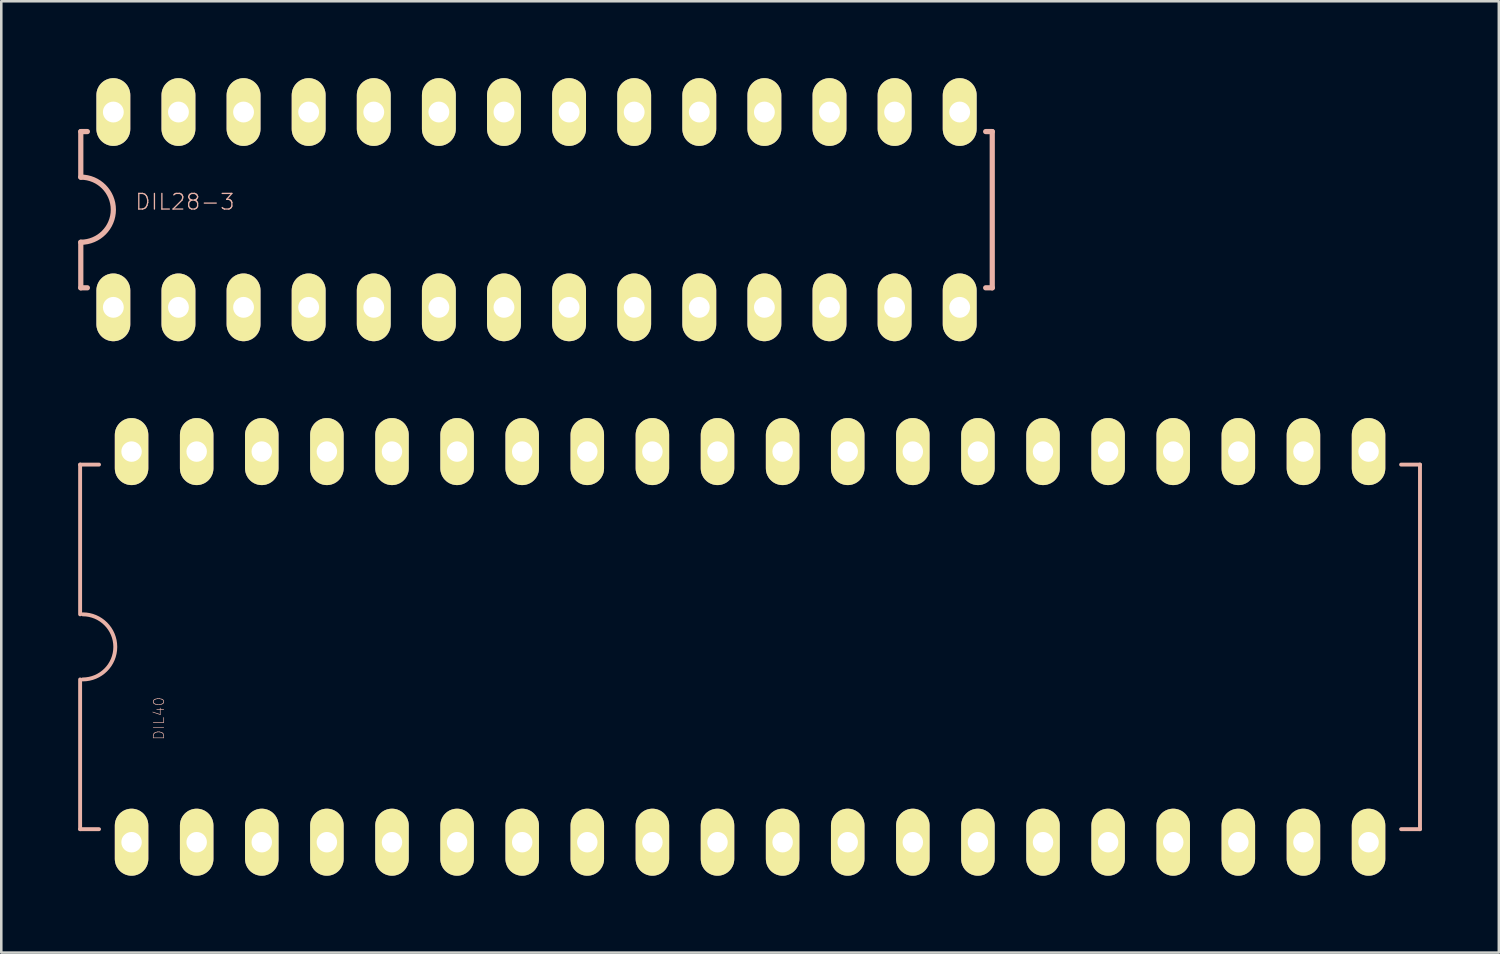
<source format=kicad_pcb>
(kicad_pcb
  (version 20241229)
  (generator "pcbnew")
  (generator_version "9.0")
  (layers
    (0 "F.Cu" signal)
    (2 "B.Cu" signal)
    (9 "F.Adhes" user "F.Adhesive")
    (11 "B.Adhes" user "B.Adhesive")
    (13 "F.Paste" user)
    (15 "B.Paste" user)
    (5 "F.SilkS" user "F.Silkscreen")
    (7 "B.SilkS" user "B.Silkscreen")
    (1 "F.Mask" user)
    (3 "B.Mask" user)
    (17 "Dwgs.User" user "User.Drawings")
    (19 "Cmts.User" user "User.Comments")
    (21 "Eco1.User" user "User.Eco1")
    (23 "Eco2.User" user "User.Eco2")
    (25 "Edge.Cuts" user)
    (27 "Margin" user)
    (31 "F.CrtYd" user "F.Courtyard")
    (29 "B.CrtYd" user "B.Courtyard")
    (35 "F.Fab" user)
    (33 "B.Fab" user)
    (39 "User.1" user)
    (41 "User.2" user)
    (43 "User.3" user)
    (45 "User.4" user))
  (footprint "DIL28-3"
    (layer "F.Cu")
    (at 17.882 5.131)
    (property "Reference" "DIL28-3" (at -13.716 -0.305 0) (layer "B.SilkS") (effects (font (size 0.61 0.61) (thickness 0.051))))
    (attr exclude_from_pos_files exclude_from_bom)
    (fp_line (start -17.78 -3.048) (end -17.78 -1.27) (stroke (width 0.203) (type solid)) (layer "B.SilkS"))
    (fp_line (start -17.78 -3.048) (end -17.523 -3.048) (stroke (width 0.203) (type solid)) (layer "B.SilkS"))
    (fp_line (start -17.78 1.27) (end -17.78 3.048) (stroke (width 0.203) (type solid)) (layer "B.SilkS"))
    (fp_line (start -17.78 3.048) (end -17.523 3.048) (stroke (width 0.203) (type solid)) (layer "B.SilkS"))
    (fp_line (start 17.78 -3.048) (end 17.523 -3.048) (stroke (width 0.203) (type solid)) (layer "B.SilkS"))
    (fp_line (start 17.78 3.048) (end 17.523 3.048) (stroke (width 0.203) (type solid)) (layer "B.SilkS"))
    (fp_line (start 17.78 3.048) (end 17.78 -3.048) (stroke (width 0.203) (type solid)) (layer "B.SilkS"))
    (fp_arc (start -17.78 -1.27) (mid -16.51 0) (end -17.78 1.27) (stroke (width 0.2032) (type solid)) (layer "B.SilkS"))
    (pad "1" thru_hole oval (at -16.51 3.81 180) (size 1.321 2.642) (drill 0.813) (layers "*.Cu" "F.Mask" "F.SilkS" "F.Paste"))
    (pad "2" thru_hole oval (at -13.97 3.81 180) (size 1.321 2.642) (drill 0.813) (layers "*.Cu" "F.Mask" "F.SilkS" "F.Paste"))
    (pad "3" thru_hole oval (at -11.43 3.81 180) (size 1.321 2.642) (drill 0.813) (layers "*.Cu" "F.Mask" "F.SilkS" "F.Paste"))
    (pad "4" thru_hole oval (at -8.89 3.81 180) (size 1.321 2.642) (drill 0.813) (layers "*.Cu" "F.Mask" "F.SilkS" "F.Paste"))
    (pad "5" thru_hole oval (at -6.35 3.81 180) (size 1.321 2.642) (drill 0.813) (layers "*.Cu" "F.Mask" "F.SilkS" "F.Paste"))
    (pad "6" thru_hole oval (at -3.81 3.81 180) (size 1.321 2.642) (drill 0.813) (layers "*.Cu" "F.Mask" "F.SilkS" "F.Paste"))
    (pad "7" thru_hole oval (at -1.27 3.81 180) (size 1.321 2.642) (drill 0.813) (layers "*.Cu" "F.Mask" "F.SilkS" "F.Paste"))
    (pad "8" thru_hole oval (at 1.27 3.81 180) (size 1.321 2.642) (drill 0.813) (layers "*.Cu" "F.Mask" "F.SilkS" "F.Paste"))
    (pad "9" thru_hole oval (at 3.81 3.81 180) (size 1.321 2.642) (drill 0.813) (layers "*.Cu" "F.Mask" "F.SilkS" "F.Paste"))
    (pad "10" thru_hole oval (at 6.35 3.81 180) (size 1.321 2.642) (drill 0.813) (layers "*.Cu" "F.Mask" "F.SilkS" "F.Paste"))
    (pad "11" thru_hole oval (at 8.89 3.81 180) (size 1.321 2.642) (drill 0.813) (layers "*.Cu" "F.Mask" "F.SilkS" "F.Paste"))
    (pad "12" thru_hole oval (at 11.43 3.81 180) (size 1.321 2.642) (drill 0.813) (layers "*.Cu" "F.Mask" "F.SilkS" "F.Paste"))
    (pad "13" thru_hole oval (at 13.97 3.81 180) (size 1.321 2.642) (drill 0.813) (layers "*.Cu" "F.Mask" "F.SilkS" "F.Paste"))
    (pad "14" thru_hole oval (at 16.51 3.81 180) (size 1.321 2.642) (drill 0.813) (layers "*.Cu" "F.Mask" "F.SilkS" "F.Paste"))
    (pad "15" thru_hole oval (at 16.51 -3.81 180) (size 1.321 2.642) (drill 0.813) (layers "*.Cu" "F.Mask" "F.SilkS" "F.Paste"))
    (pad "16" thru_hole oval (at 13.97 -3.81 180) (size 1.321 2.642) (drill 0.813) (layers "*.Cu" "F.Mask" "F.SilkS" "F.Paste"))
    (pad "17" thru_hole oval (at 11.43 -3.81 180) (size 1.321 2.642) (drill 0.813) (layers "*.Cu" "F.Mask" "F.SilkS" "F.Paste"))
    (pad "18" thru_hole oval (at 8.89 -3.81 180) (size 1.321 2.642) (drill 0.813) (layers "*.Cu" "F.Mask" "F.SilkS" "F.Paste"))
    (pad "19" thru_hole oval (at 6.35 -3.81 180) (size 1.321 2.642) (drill 0.813) (layers "*.Cu" "F.Mask" "F.SilkS" "F.Paste"))
    (pad "20" thru_hole oval (at 3.81 -3.81 180) (size 1.321 2.642) (drill 0.813) (layers "*.Cu" "F.Mask" "F.SilkS" "F.Paste"))
    (pad "21" thru_hole oval (at 1.27 -3.81 180) (size 1.321 2.642) (drill 0.813) (layers "*.Cu" "F.Mask" "F.SilkS" "F.Paste"))
    (pad "22" thru_hole oval (at -1.27 -3.81 180) (size 1.321 2.642) (drill 0.813) (layers "*.Cu" "F.Mask" "F.SilkS" "F.Paste"))
    (pad "23" thru_hole oval (at -3.81 -3.81 180) (size 1.321 2.642) (drill 0.813) (layers "*.Cu" "F.Mask" "F.SilkS" "F.Paste"))
    (pad "24" thru_hole oval (at -6.35 -3.81 180) (size 1.321 2.642) (drill 0.813) (layers "*.Cu" "F.Mask" "F.SilkS" "F.Paste"))
    (pad "25" thru_hole oval (at -8.89 -3.81 180) (size 1.321 2.642) (drill 0.813) (layers "*.Cu" "F.Mask" "F.SilkS" "F.Paste"))
    (pad "26" thru_hole oval (at -11.43 -3.81 180) (size 1.321 2.642) (drill 0.813) (layers "*.Cu" "F.Mask" "F.SilkS" "F.Paste"))
    (pad "27" thru_hole oval (at -13.97 -3.81 180) (size 1.321 2.642) (drill 0.813) (layers "*.Cu" "F.Mask" "F.SilkS" "F.Paste"))
    (pad "28" thru_hole oval (at -16.51 -3.81 180) (size 1.321 2.642) (drill 0.813) (layers "*.Cu" "F.Mask" "F.SilkS" "F.Paste")))
  (footprint "DIL40"
    (layer "F.Cu")
    (at 26.213 22.188)
    (property "Reference" "DIL40" (at -23.063 2.794 90) (layer "B.SilkS") (effects (font (size 0.406 0.406) (thickness 0.025))))
    (attr exclude_from_pos_files exclude_from_bom)
    (fp_line (start -26.137 -7.112) (end -26.137 -1.27) (stroke (width 0.152) (type solid)) (layer "B.SilkS"))
    (fp_line (start -26.137 -7.112) (end -25.4 -7.112) (stroke (width 0.152) (type solid)) (layer "B.SilkS"))
    (fp_line (start -26.137 7.112) (end -26.137 1.27) (stroke (width 0.152) (type solid)) (layer "B.SilkS"))
    (fp_line (start -26.137 7.112) (end -25.4 7.112) (stroke (width 0.152) (type solid)) (layer "B.SilkS"))
    (fp_line (start 26.137 -7.112) (end 25.4 -7.112) (stroke (width 0.152) (type solid)) (layer "B.SilkS"))
    (fp_line (start 26.137 -7.112) (end 26.137 7.112) (stroke (width 0.152) (type solid)) (layer "B.SilkS"))
    (fp_line (start 26.137 7.112) (end 25.4 7.112) (stroke (width 0.152) (type solid)) (layer "B.SilkS"))
    (fp_arc (start -26.035 -1.27) (mid -24.765 0) (end -26.035 1.27) (stroke (width 0.1524) (type solid)) (layer "B.SilkS"))
    (pad "1" thru_hole oval (at -24.13 7.62 180) (size 1.306 2.614) (drill 0.798) (layers "*.Cu" "F.Mask" "F.SilkS" "F.Paste"))
    (pad "2" thru_hole oval (at -21.59 7.62 180) (size 1.306 2.614) (drill 0.798) (layers "*.Cu" "F.Mask" "F.SilkS" "F.Paste"))
    (pad "3" thru_hole oval (at -19.05 7.62 180) (size 1.306 2.614) (drill 0.798) (layers "*.Cu" "F.Mask" "F.SilkS" "F.Paste"))
    (pad "4" thru_hole oval (at -16.51 7.62 180) (size 1.306 2.614) (drill 0.798) (layers "*.Cu" "F.Mask" "F.SilkS" "F.Paste"))
    (pad "5" thru_hole oval (at -13.97 7.62 180) (size 1.306 2.614) (drill 0.798) (layers "*.Cu" "F.Mask" "F.SilkS" "F.Paste"))
    (pad "6" thru_hole oval (at -11.43 7.62 180) (size 1.306 2.614) (drill 0.798) (layers "*.Cu" "F.Mask" "F.SilkS" "F.Paste"))
    (pad "7" thru_hole oval (at -8.89 7.62 180) (size 1.306 2.614) (drill 0.798) (layers "*.Cu" "F.Mask" "F.SilkS" "F.Paste"))
    (pad "8" thru_hole oval (at -6.35 7.62 180) (size 1.306 2.614) (drill 0.798) (layers "*.Cu" "F.Mask" "F.SilkS" "F.Paste"))
    (pad "9" thru_hole oval (at -3.81 7.62 180) (size 1.306 2.614) (drill 0.798) (layers "*.Cu" "F.Mask" "F.SilkS" "F.Paste"))
    (pad "10" thru_hole oval (at -1.27 7.62 180) (size 1.306 2.614) (drill 0.798) (layers "*.Cu" "F.Mask" "F.SilkS" "F.Paste"))
    (pad "11" thru_hole oval (at 1.27 7.62 180) (size 1.306 2.614) (drill 0.798) (layers "*.Cu" "F.Mask" "F.SilkS" "F.Paste"))
    (pad "12" thru_hole oval (at 3.81 7.62 180) (size 1.306 2.614) (drill 0.798) (layers "*.Cu" "F.Mask" "F.SilkS" "F.Paste"))
    (pad "13" thru_hole oval (at 6.35 7.62 180) (size 1.306 2.614) (drill 0.798) (layers "*.Cu" "F.Mask" "F.SilkS" "F.Paste"))
    (pad "14" thru_hole oval (at 8.89 7.62 180) (size 1.306 2.614) (drill 0.798) (layers "*.Cu" "F.Mask" "F.SilkS" "F.Paste"))
    (pad "15" thru_hole oval (at 11.43 7.62 180) (size 1.306 2.614) (drill 0.798) (layers "*.Cu" "F.Mask" "F.SilkS" "F.Paste"))
    (pad "16" thru_hole oval (at 13.97 7.62 180) (size 1.306 2.614) (drill 0.798) (layers "*.Cu" "F.Mask" "F.SilkS" "F.Paste"))
    (pad "17" thru_hole oval (at 16.51 7.62 180) (size 1.306 2.614) (drill 0.798) (layers "*.Cu" "F.Mask" "F.SilkS" "F.Paste"))
    (pad "18" thru_hole oval (at 19.05 7.62 180) (size 1.306 2.614) (drill 0.798) (layers "*.Cu" "F.Mask" "F.SilkS" "F.Paste"))
    (pad "19" thru_hole oval (at 21.59 7.62 180) (size 1.306 2.614) (drill 0.798) (layers "*.Cu" "F.Mask" "F.SilkS" "F.Paste"))
    (pad "20" thru_hole oval (at 24.13 7.62 180) (size 1.306 2.614) (drill 0.798) (layers "*.Cu" "F.Mask" "F.SilkS" "F.Paste"))
    (pad "21" thru_hole oval (at 24.13 -7.62 180) (size 1.306 2.614) (drill 0.798) (layers "*.Cu" "F.Mask" "F.SilkS" "F.Paste"))
    (pad "22" thru_hole oval (at 21.59 -7.62 180) (size 1.306 2.614) (drill 0.798) (layers "*.Cu" "F.Mask" "F.SilkS" "F.Paste"))
    (pad "23" thru_hole oval (at 19.05 -7.62 180) (size 1.306 2.614) (drill 0.798) (layers "*.Cu" "F.Mask" "F.SilkS" "F.Paste"))
    (pad "24" thru_hole oval (at 16.51 -7.62 180) (size 1.306 2.614) (drill 0.798) (layers "*.Cu" "F.Mask" "F.SilkS" "F.Paste"))
    (pad "25" thru_hole oval (at 13.97 -7.62 180) (size 1.306 2.614) (drill 0.798) (layers "*.Cu" "F.Mask" "F.SilkS" "F.Paste"))
    (pad "26" thru_hole oval (at 11.43 -7.62 180) (size 1.306 2.614) (drill 0.798) (layers "*.Cu" "F.Mask" "F.SilkS" "F.Paste"))
    (pad "27" thru_hole oval (at 8.89 -7.62 180) (size 1.306 2.614) (drill 0.798) (layers "*.Cu" "F.Mask" "F.SilkS" "F.Paste"))
    (pad "28" thru_hole oval (at 6.35 -7.62 180) (size 1.306 2.614) (drill 0.798) (layers "*.Cu" "F.Mask" "F.SilkS" "F.Paste"))
    (pad "29" thru_hole oval (at 3.81 -7.62 180) (size 1.306 2.614) (drill 0.798) (layers "*.Cu" "F.Mask" "F.SilkS" "F.Paste"))
    (pad "30" thru_hole oval (at 1.27 -7.62 180) (size 1.306 2.614) (drill 0.798) (layers "*.Cu" "F.Mask" "F.SilkS" "F.Paste"))
    (pad "31" thru_hole oval (at -1.27 -7.62 180) (size 1.306 2.614) (drill 0.798) (layers "*.Cu" "F.Mask" "F.SilkS" "F.Paste"))
    (pad "32" thru_hole oval (at -3.81 -7.62 180) (size 1.306 2.614) (drill 0.798) (layers "*.Cu" "F.Mask" "F.SilkS" "F.Paste"))
    (pad "33" thru_hole oval (at -6.35 -7.62 180) (size 1.306 2.614) (drill 0.798) (layers "*.Cu" "F.Mask" "F.SilkS" "F.Paste"))
    (pad "34" thru_hole oval (at -8.89 -7.62 180) (size 1.306 2.614) (drill 0.798) (layers "*.Cu" "F.Mask" "F.SilkS" "F.Paste"))
    (pad "35" thru_hole oval (at -11.43 -7.62 180) (size 1.306 2.614) (drill 0.798) (layers "*.Cu" "F.Mask" "F.SilkS" "F.Paste"))
    (pad "36" thru_hole oval (at -13.97 -7.62 180) (size 1.306 2.614) (drill 0.798) (layers "*.Cu" "F.Mask" "F.SilkS" "F.Paste"))
    (pad "37" thru_hole oval (at -16.51 -7.62 180) (size 1.306 2.614) (drill 0.798) (layers "*.Cu" "F.Mask" "F.SilkS" "F.Paste"))
    (pad "38" thru_hole oval (at -19.05 -7.62 180) (size 1.306 2.614) (drill 0.798) (layers "*.Cu" "F.Mask" "F.SilkS" "F.Paste"))
    (pad "39" thru_hole oval (at -21.59 -7.62 180) (size 1.306 2.614) (drill 0.798) (layers "*.Cu" "F.Mask" "F.SilkS" "F.Paste"))
    (pad "40" thru_hole oval (at -24.13 -7.62 180) (size 1.306 2.614) (drill 0.798) (layers "*.Cu" "F.Mask" "F.SilkS" "F.Paste")))
  (gr_rect
    (start -3 -3)
    (end 55.426 34.115)
    (stroke (width 0.1) (type default))
    (fill no)
    (layer "Edge.Cuts")))
</source>
